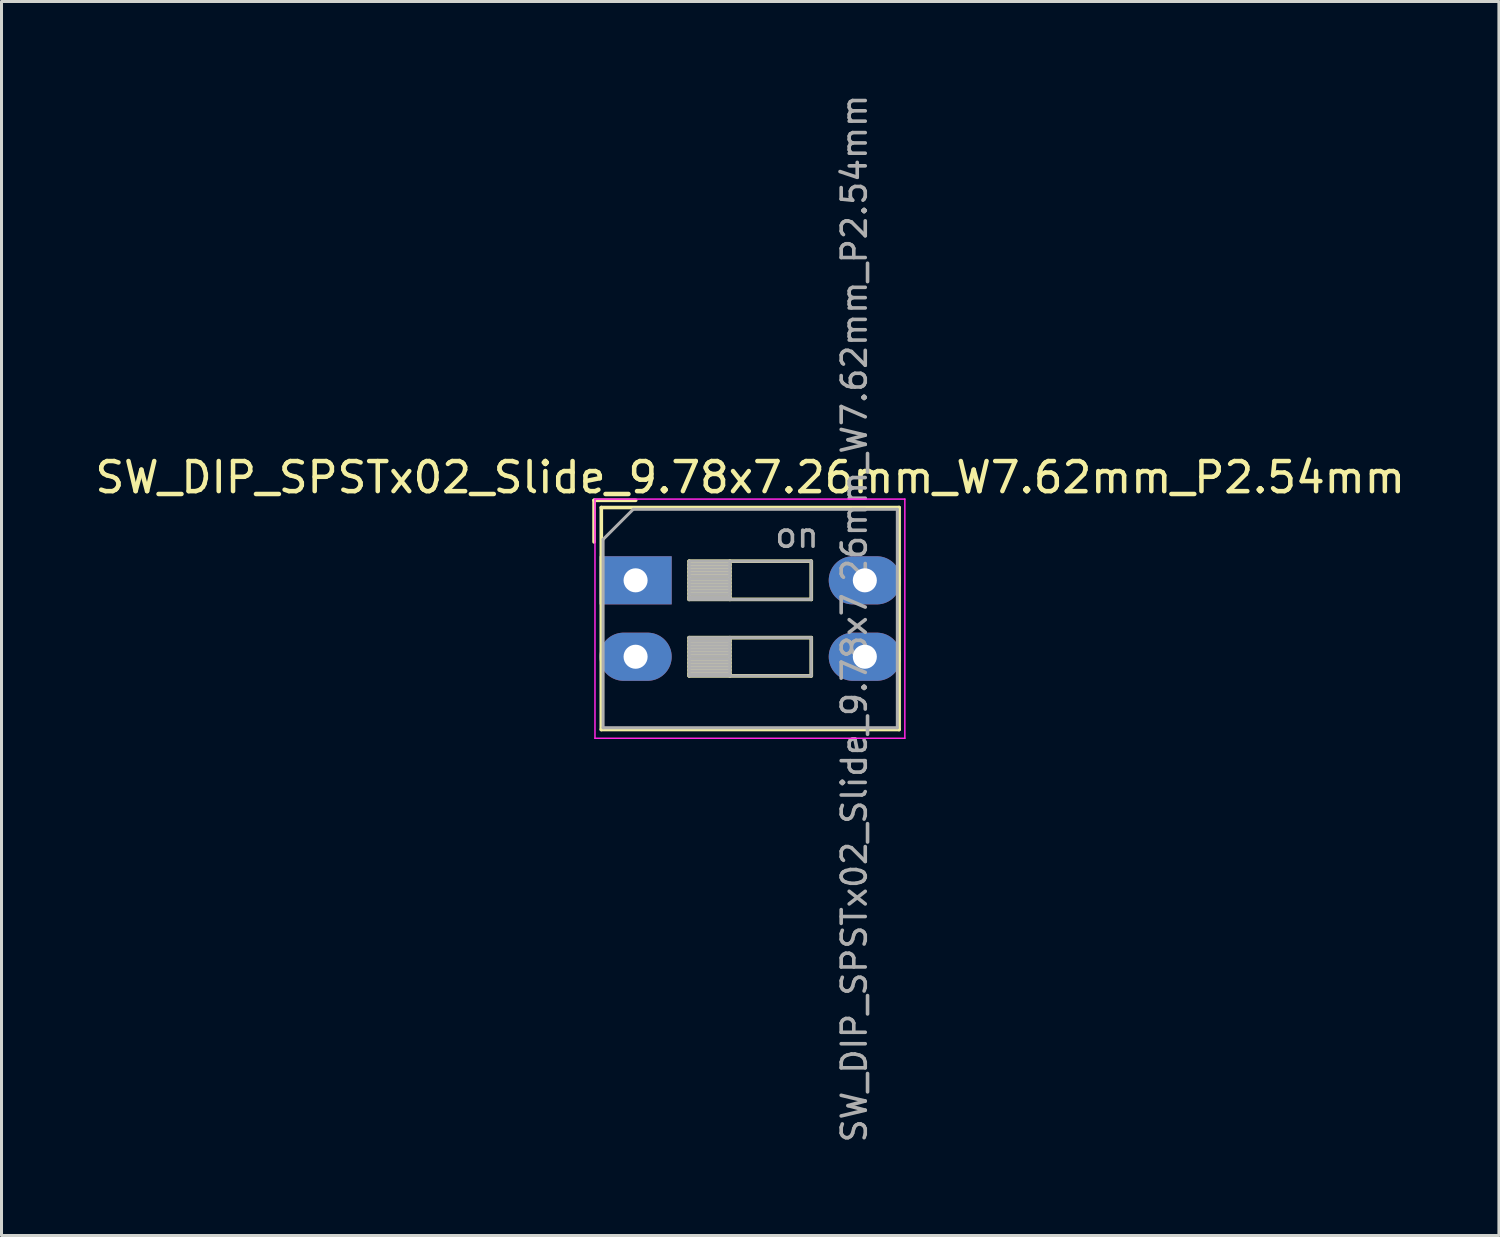
<source format=kicad_pcb>
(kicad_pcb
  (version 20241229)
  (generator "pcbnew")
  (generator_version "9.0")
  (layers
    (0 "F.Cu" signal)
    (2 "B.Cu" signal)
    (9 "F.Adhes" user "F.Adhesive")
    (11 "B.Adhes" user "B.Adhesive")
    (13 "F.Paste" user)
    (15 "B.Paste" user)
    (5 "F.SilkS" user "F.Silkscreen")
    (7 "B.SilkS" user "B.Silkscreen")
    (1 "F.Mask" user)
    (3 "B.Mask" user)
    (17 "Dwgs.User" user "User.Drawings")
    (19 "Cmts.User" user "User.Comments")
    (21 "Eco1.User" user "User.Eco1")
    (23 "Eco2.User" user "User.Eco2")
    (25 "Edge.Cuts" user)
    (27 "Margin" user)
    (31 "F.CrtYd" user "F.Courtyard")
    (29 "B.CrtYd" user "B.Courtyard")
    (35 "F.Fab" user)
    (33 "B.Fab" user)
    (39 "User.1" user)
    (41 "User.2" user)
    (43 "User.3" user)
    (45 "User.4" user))
  (footprint "SW_DIP_SPSTx02_Slide_9.78x7.26mm_W7.62mm_P2.54mm"
    (layer "F.Cu")
    (at 18.077 16.24)
    (property "Reference" "SW_DIP_SPSTx02_Slide_9.78x7.26mm_W7.62mm_P2.54mm" (at 3.81 -3.42 0) (layer "F.SilkS") (effects (font (size 1 1) (thickness 0.15))))
    (attr through_hole)
    (fp_line (start -1.38 -2.66) (end -1.38 -1.277) (stroke (width 0.12) (type solid)) (layer "F.SilkS"))
    (fp_line (start -1.38 -2.66) (end 0.004 -2.66) (stroke (width 0.12) (type solid)) (layer "F.SilkS"))
    (fp_line (start -1.14 -2.42) (end -1.14 4.96) (stroke (width 0.12) (type solid)) (layer "F.SilkS"))
    (fp_line (start -1.14 -2.42) (end 8.76 -2.42) (stroke (width 0.12) (type solid)) (layer "F.SilkS"))
    (fp_line (start -1.14 4.96) (end 8.76 4.96) (stroke (width 0.12) (type solid)) (layer "F.SilkS"))
    (fp_line (start 1.78 -0.635) (end 1.78 0.635) (stroke (width 0.12) (type solid)) (layer "F.SilkS"))
    (fp_line (start 1.78 -0.515) (end 3.133 -0.515) (stroke (width 0.12) (type solid)) (layer "F.SilkS"))
    (fp_line (start 1.78 -0.395) (end 3.133 -0.395) (stroke (width 0.12) (type solid)) (layer "F.SilkS"))
    (fp_line (start 1.78 -0.275) (end 3.133 -0.275) (stroke (width 0.12) (type solid)) (layer "F.SilkS"))
    (fp_line (start 1.78 -0.155) (end 3.133 -0.155) (stroke (width 0.12) (type solid)) (layer "F.SilkS"))
    (fp_line (start 1.78 -0.035) (end 3.133 -0.035) (stroke (width 0.12) (type solid)) (layer "F.SilkS"))
    (fp_line (start 1.78 0.085) (end 3.133 0.085) (stroke (width 0.12) (type solid)) (layer "F.SilkS"))
    (fp_line (start 1.78 0.205) (end 3.133 0.205) (stroke (width 0.12) (type solid)) (layer "F.SilkS"))
    (fp_line (start 1.78 0.325) (end 3.133 0.325) (stroke (width 0.12) (type solid)) (layer "F.SilkS"))
    (fp_line (start 1.78 0.445) (end 3.133 0.445) (stroke (width 0.12) (type solid)) (layer "F.SilkS"))
    (fp_line (start 1.78 0.565) (end 3.133 0.565) (stroke (width 0.12) (type solid)) (layer "F.SilkS"))
    (fp_line (start 1.78 0.635) (end 5.84 0.635) (stroke (width 0.12) (type solid)) (layer "F.SilkS"))
    (fp_line (start 1.78 1.905) (end 1.78 3.175) (stroke (width 0.12) (type solid)) (layer "F.SilkS"))
    (fp_line (start 1.78 2.025) (end 3.133 2.025) (stroke (width 0.12) (type solid)) (layer "F.SilkS"))
    (fp_line (start 1.78 2.145) (end 3.133 2.145) (stroke (width 0.12) (type solid)) (layer "F.SilkS"))
    (fp_line (start 1.78 2.265) (end 3.133 2.265) (stroke (width 0.12) (type solid)) (layer "F.SilkS"))
    (fp_line (start 1.78 2.385) (end 3.133 2.385) (stroke (width 0.12) (type solid)) (layer "F.SilkS"))
    (fp_line (start 1.78 2.505) (end 3.133 2.505) (stroke (width 0.12) (type solid)) (layer "F.SilkS"))
    (fp_line (start 1.78 2.625) (end 3.133 2.625) (stroke (width 0.12) (type solid)) (layer "F.SilkS"))
    (fp_line (start 1.78 2.745) (end 3.133 2.745) (stroke (width 0.12) (type solid)) (layer "F.SilkS"))
    (fp_line (start 1.78 2.865) (end 3.133 2.865) (stroke (width 0.12) (type solid)) (layer "F.SilkS"))
    (fp_line (start 1.78 2.985) (end 3.133 2.985) (stroke (width 0.12) (type solid)) (layer "F.SilkS"))
    (fp_line (start 1.78 3.105) (end 3.133 3.105) (stroke (width 0.12) (type solid)) (layer "F.SilkS"))
    (fp_line (start 1.78 3.175) (end 5.84 3.175) (stroke (width 0.12) (type solid)) (layer "F.SilkS"))
    (fp_line (start 3.133 -0.635) (end 3.133 0.635) (stroke (width 0.12) (type solid)) (layer "F.SilkS"))
    (fp_line (start 3.133 1.905) (end 3.133 3.175) (stroke (width 0.12) (type solid)) (layer "F.SilkS"))
    (fp_line (start 5.84 -0.635) (end 1.78 -0.635) (stroke (width 0.12) (type solid)) (layer "F.SilkS"))
    (fp_line (start 5.84 0.635) (end 5.84 -0.635) (stroke (width 0.12) (type solid)) (layer "F.SilkS"))
    (fp_line (start 5.84 1.905) (end 1.78 1.905) (stroke (width 0.12) (type solid)) (layer "F.SilkS"))
    (fp_line (start 5.84 3.175) (end 5.84 1.905) (stroke (width 0.12) (type solid)) (layer "F.SilkS"))
    (fp_line (start 8.76 -2.42) (end 8.76 4.96) (stroke (width 0.12) (type solid)) (layer "F.SilkS"))
    (fp_line (start -1.35 -2.7) (end -1.35 5.25) (stroke (width 0.05) (type solid)) (layer "F.CrtYd"))
    (fp_line (start -1.35 5.25) (end 8.95 5.25) (stroke (width 0.05) (type solid)) (layer "F.CrtYd"))
    (fp_line (start 8.95 -2.7) (end -1.35 -2.7) (stroke (width 0.05) (type solid)) (layer "F.CrtYd"))
    (fp_line (start 8.95 5.25) (end 8.95 -2.7) (stroke (width 0.05) (type solid)) (layer "F.CrtYd"))
    (fp_line (start -1.08 -1.36) (end -0.08 -2.36) (stroke (width 0.1) (type solid)) (layer "F.Fab"))
    (fp_line (start -1.08 4.9) (end -1.08 -1.36) (stroke (width 0.1) (type solid)) (layer "F.Fab"))
    (fp_line (start -0.08 -2.36) (end 8.7 -2.36) (stroke (width 0.1) (type solid)) (layer "F.Fab"))
    (fp_line (start 1.78 -0.635) (end 1.78 0.635) (stroke (width 0.1) (type solid)) (layer "F.Fab"))
    (fp_line (start 1.78 -0.535) (end 3.133 -0.535) (stroke (width 0.1) (type solid)) (layer "F.Fab"))
    (fp_line (start 1.78 -0.435) (end 3.133 -0.435) (stroke (width 0.1) (type solid)) (layer "F.Fab"))
    (fp_line (start 1.78 -0.335) (end 3.133 -0.335) (stroke (width 0.1) (type solid)) (layer "F.Fab"))
    (fp_line (start 1.78 -0.235) (end 3.133 -0.235) (stroke (width 0.1) (type solid)) (layer "F.Fab"))
    (fp_line (start 1.78 -0.135) (end 3.133 -0.135) (stroke (width 0.1) (type solid)) (layer "F.Fab"))
    (fp_line (start 1.78 -0.035) (end 3.133 -0.035) (stroke (width 0.1) (type solid)) (layer "F.Fab"))
    (fp_line (start 1.78 0.065) (end 3.133 0.065) (stroke (width 0.1) (type solid)) (layer "F.Fab"))
    (fp_line (start 1.78 0.165) (end 3.133 0.165) (stroke (width 0.1) (type solid)) (layer "F.Fab"))
    (fp_line (start 1.78 0.265) (end 3.133 0.265) (stroke (width 0.1) (type solid)) (layer "F.Fab"))
    (fp_line (start 1.78 0.365) (end 3.133 0.365) (stroke (width 0.1) (type solid)) (layer "F.Fab"))
    (fp_line (start 1.78 0.465) (end 3.133 0.465) (stroke (width 0.1) (type solid)) (layer "F.Fab"))
    (fp_line (start 1.78 0.565) (end 3.133 0.565) (stroke (width 0.1) (type solid)) (layer "F.Fab"))
    (fp_line (start 1.78 0.635) (end 5.84 0.635) (stroke (width 0.1) (type solid)) (layer "F.Fab"))
    (fp_line (start 1.78 1.905) (end 1.78 3.175) (stroke (width 0.1) (type solid)) (layer "F.Fab"))
    (fp_line (start 1.78 2.005) (end 3.133 2.005) (stroke (width 0.1) (type solid)) (layer "F.Fab"))
    (fp_line (start 1.78 2.105) (end 3.133 2.105) (stroke (width 0.1) (type solid)) (layer "F.Fab"))
    (fp_line (start 1.78 2.205) (end 3.133 2.205) (stroke (width 0.1) (type solid)) (layer "F.Fab"))
    (fp_line (start 1.78 2.305) (end 3.133 2.305) (stroke (width 0.1) (type solid)) (layer "F.Fab"))
    (fp_line (start 1.78 2.405) (end 3.133 2.405) (stroke (width 0.1) (type solid)) (layer "F.Fab"))
    (fp_line (start 1.78 2.505) (end 3.133 2.505) (stroke (width 0.1) (type solid)) (layer "F.Fab"))
    (fp_line (start 1.78 2.605) (end 3.133 2.605) (stroke (width 0.1) (type solid)) (layer "F.Fab"))
    (fp_line (start 1.78 2.705) (end 3.133 2.705) (stroke (width 0.1) (type solid)) (layer "F.Fab"))
    (fp_line (start 1.78 2.805) (end 3.133 2.805) (stroke (width 0.1) (type solid)) (layer "F.Fab"))
    (fp_line (start 1.78 2.905) (end 3.133 2.905) (stroke (width 0.1) (type solid)) (layer "F.Fab"))
    (fp_line (start 1.78 3.005) (end 3.133 3.005) (stroke (width 0.1) (type solid)) (layer "F.Fab"))
    (fp_line (start 1.78 3.105) (end 3.133 3.105) (stroke (width 0.1) (type solid)) (layer "F.Fab"))
    (fp_line (start 1.78 3.175) (end 5.84 3.175) (stroke (width 0.1) (type solid)) (layer "F.Fab"))
    (fp_line (start 3.133 -0.635) (end 3.133 0.635) (stroke (width 0.1) (type solid)) (layer "F.Fab"))
    (fp_line (start 3.133 1.905) (end 3.133 3.175) (stroke (width 0.1) (type solid)) (layer "F.Fab"))
    (fp_line (start 5.84 -0.635) (end 1.78 -0.635) (stroke (width 0.1) (type solid)) (layer "F.Fab"))
    (fp_line (start 5.84 0.635) (end 5.84 -0.635) (stroke (width 0.1) (type solid)) (layer "F.Fab"))
    (fp_line (start 5.84 1.905) (end 1.78 1.905) (stroke (width 0.1) (type solid)) (layer "F.Fab"))
    (fp_line (start 5.84 3.175) (end 5.84 1.905) (stroke (width 0.1) (type solid)) (layer "F.Fab"))
    (fp_line (start 8.7 -2.36) (end 8.7 4.9) (stroke (width 0.1) (type solid)) (layer "F.Fab"))
    (fp_line (start 8.7 4.9) (end -1.08 4.9) (stroke (width 0.1) (type solid)) (layer "F.Fab"))
    (fp_text user "on" (at 5.365 -1.498 0) (layer "F.Fab") (effects (font (size 0.8 0.8) (thickness 0.12))))
    (fp_text user "${REFERENCE}" (at 7.27 1.27 90) (layer "F.Fab") (effects (font (size 0.8 0.8) (thickness 0.12))))
    (pad "1" thru_hole rect (at 0 0) (size 2.4 1.6) (drill 0.8) (layers "*.Cu" "*.Mask"))
    (pad "2" thru_hole oval (at 0 2.54) (size 2.4 1.6) (drill 0.8) (layers "*.Cu" "*.Mask"))
    (pad "3" thru_hole oval (at 7.62 2.54) (size 2.4 1.6) (drill 0.8) (layers "*.Cu" "*.Mask"))
    (pad "4" thru_hole oval (at 7.62 0) (size 2.4 1.6) (drill 0.8) (layers "*.Cu" "*.Mask")))
  (gr_rect
    (start -3 -3)
    (end 46.774 38.019)
    (stroke (width 0.1) (type default))
    (fill no)
    (layer "Edge.Cuts")))
</source>
